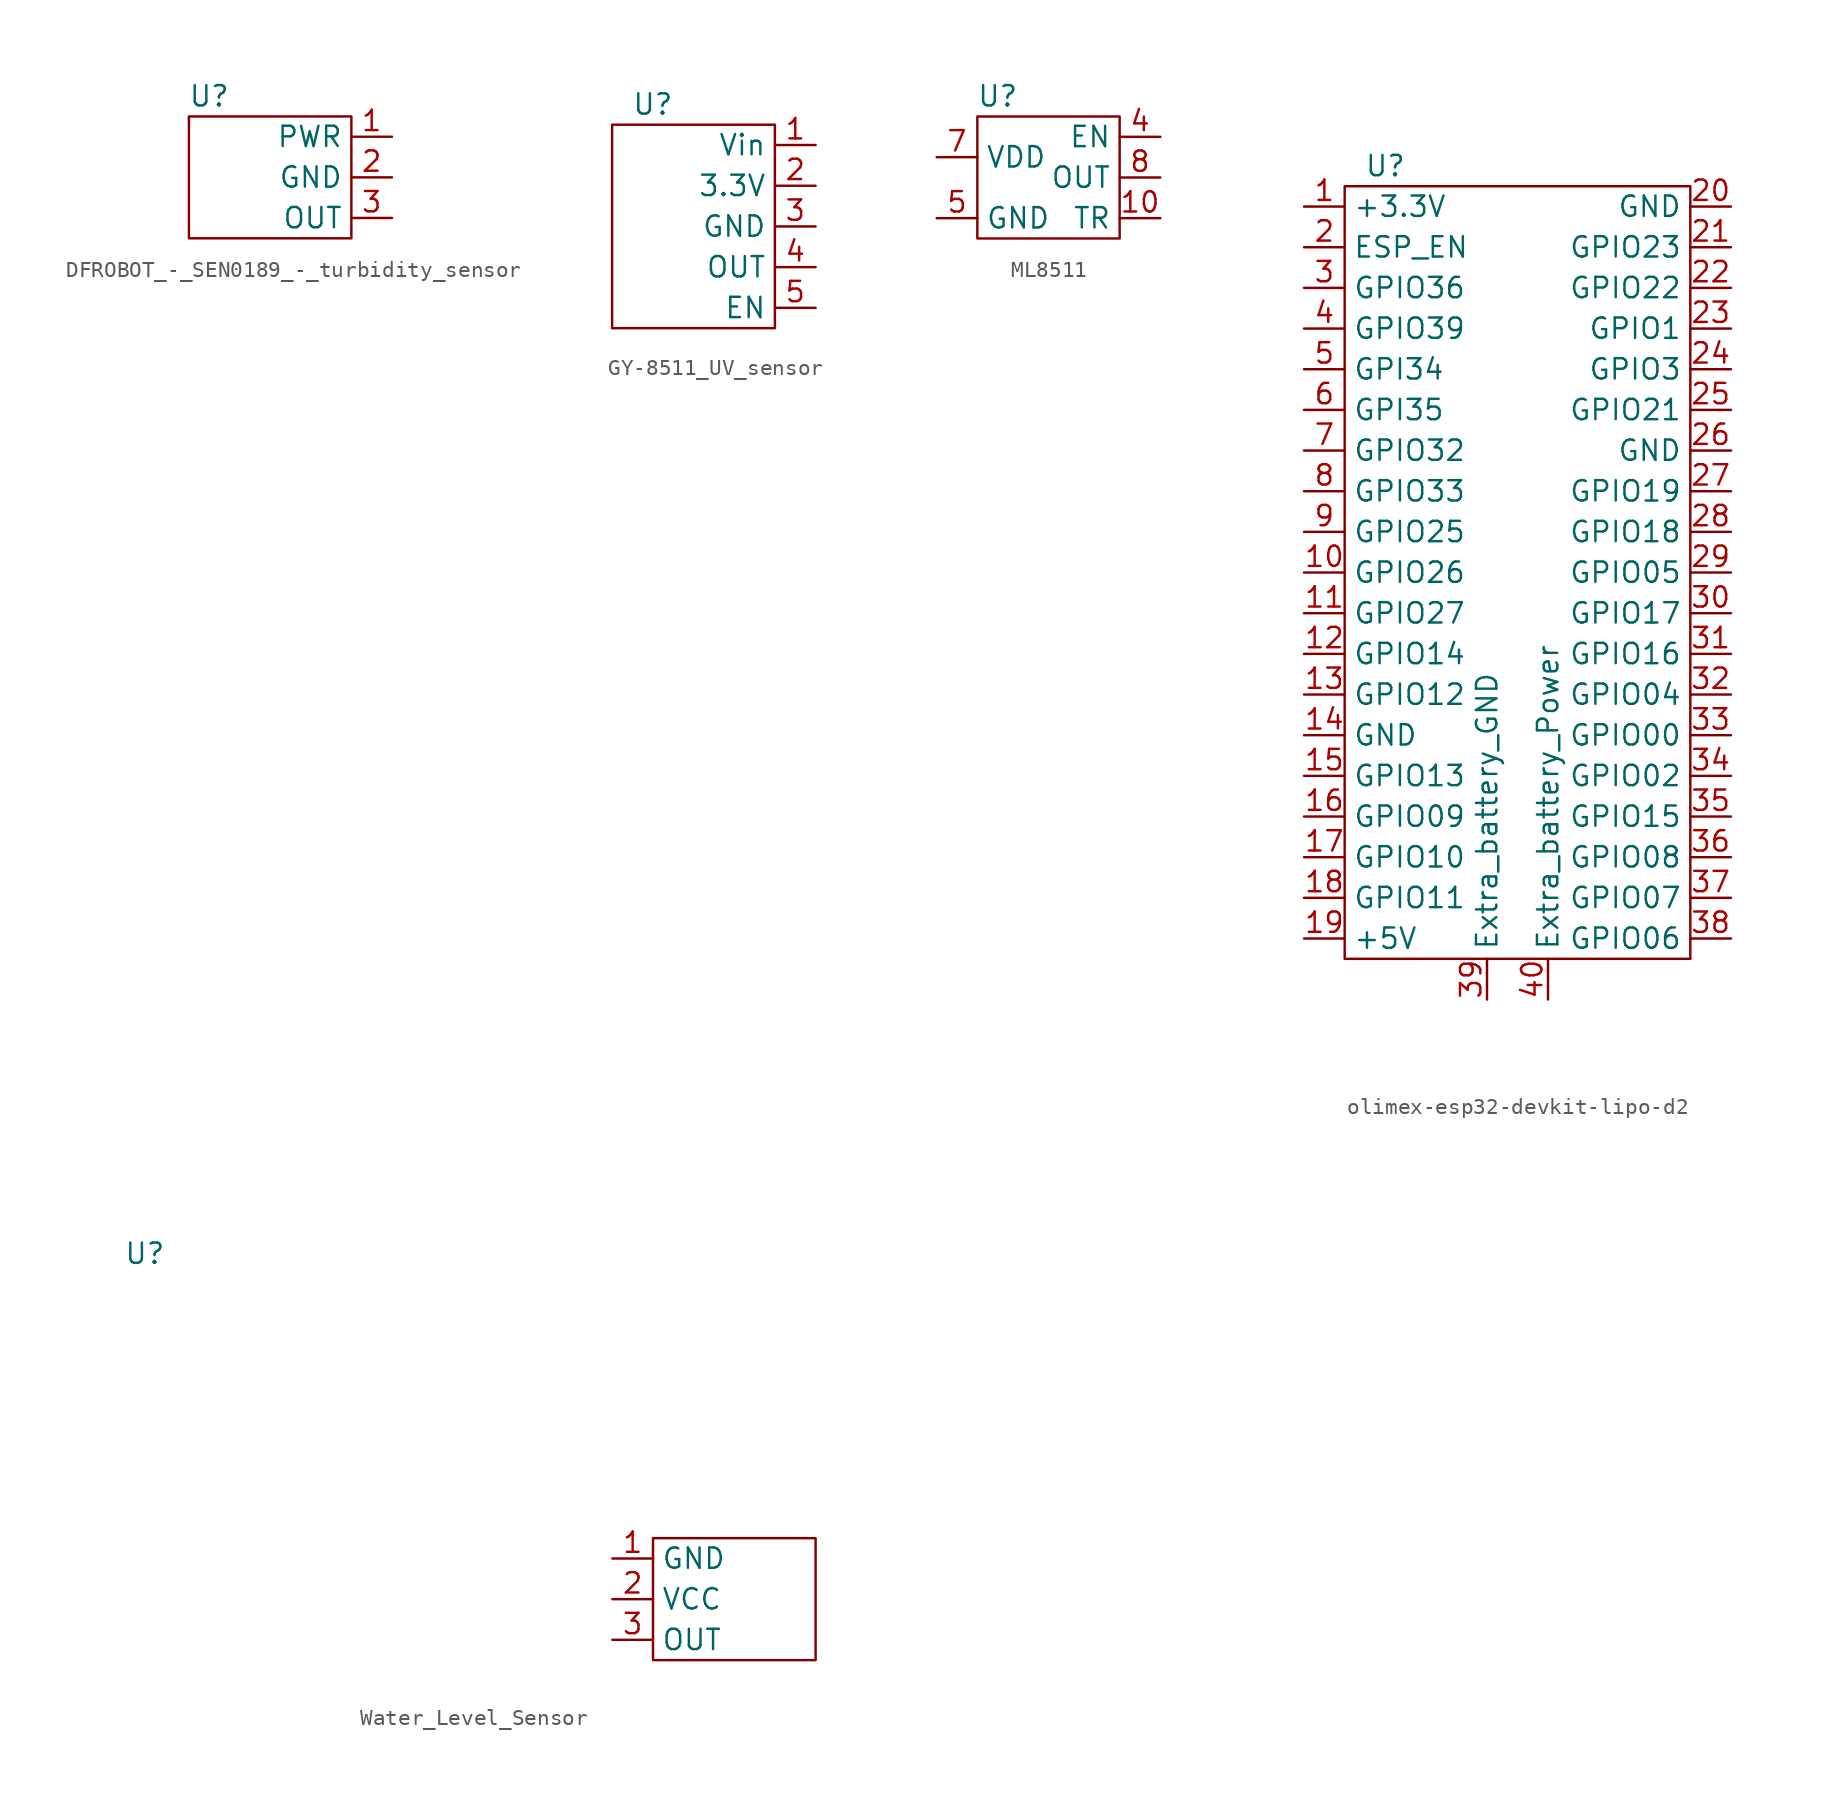
<source format=kicad_sym>
(kicad_symbol_lib
  (version 20220914)
  (generator kicad_symbol_editor)
  (symbol "DFROBOT_-_SEN0189_-_turbidity_sensor"
    (property "Reference" "U"
      (at -3.81 2.54 0)
      (effects (font (size 1.27 1.27))))
    (property "Value" ""
      (at 0 0 0)
      (effects (font (size 1.27 1.27))))
    (symbol "DFROBOT_-_SEN0189_-_turbidity_sensor_0_1"
      (rectangle (start -5.08 1.27) (end 5.08 -6.35) (stroke (width 0) (type default)) (fill (type none))))
    (symbol "DFROBOT_-_SEN0189_-_turbidity_sensor_1_1"
      (pin power_in line (at 7.62 0 180) (length 2.54) (name "PWR" (effects (font (size 1.27 1.27)))) (number "1" (effects (font (size 1.27 1.27)))))
      (pin power_in line (at 7.62 -2.54 180) (length 2.54) (name "GND" (effects (font (size 1.27 1.27)))) (number "2" (effects (font (size 1.27 1.27)))))
      (pin output line (at 7.62 -5.08 180) (length 2.54) (name "OUT" (effects (font (size 1.27 1.27)))) (number "3" (effects (font (size 1.27 1.27)))))))
  (symbol "GY-8511_UV_sensor"
    (property "Reference" "U"
      (at 2.54 5.08 0)
      (effects (font (size 1.27 1.27))))
    (property "Value" ""
      (at 0 0 0)
      (effects (font (size 1.27 1.27))))
    (symbol "GY-8511_UV_sensor_0_1"
      (rectangle (start 0 3.81) (end 10.16 -8.89) (stroke (width 0) (type default)) (fill (type none))))
    (symbol "GY-8511_UV_sensor_1_1"
      (pin power_in line (at 12.7 2.54 180) (length 2.54) (name "Vin" (effects (font (size 1.27 1.27)))) (number "1" (effects (font (size 1.27 1.27)))))
      (pin power_in line (at 12.7 0 180) (length 2.54) (name "3.3V" (effects (font (size 1.27 1.27)))) (number "2" (effects (font (size 1.27 1.27)))))
      (pin power_in line (at 12.7 -2.54 180) (length 2.54) (name "GND" (effects (font (size 1.27 1.27)))) (number "3" (effects (font (size 1.27 1.27)))))
      (pin output line (at 12.7 -5.08 180) (length 2.54) (name "OUT" (effects (font (size 1.27 1.27)))) (number "4" (effects (font (size 1.27 1.27)))))
      (pin passive line (at 12.7 -7.62 180) (length 2.54) (name "EN" (effects (font (size 1.27 1.27)))) (number "5" (effects (font (size 1.27 1.27)))))))
  (symbol "ML8511"
    (property "Reference" "U"
      (at -1.27 2.54 0)
      (effects (font (size 1.27 1.27))))
    (property "Value" ""
      (at 0 0 0)
      (effects (font (size 1.27 1.27))))
    (symbol "ML8511_0_1"
      (rectangle (start -2.54 1.27) (end 6.35 -6.35) (stroke (width 0) (type default)) (fill (type none))))
    (symbol "ML8511_1_1"
      (pin bidirectional line (at 8.89 -5.08 180) (length 2.54) (name "TR" (effects (font (size 1.27 1.27)))) (number "10" (effects (font (size 1.27 1.27)))))
      (pin bidirectional line (at 8.89 0 180) (length 2.54) (name "EN" (effects (font (size 1.27 1.27)))) (number "4" (effects (font (size 1.27 1.27)))))
      (pin power_in line (at -5.08 -5.08 0) (length 2.54) (name "GND" (effects (font (size 1.27 1.27)))) (number "5" (effects (font (size 1.27 1.27)))))
      (pin power_in line (at -5.08 -1.27 0) (length 2.54) (name "VDD" (effects (font (size 1.27 1.27)))) (number "7" (effects (font (size 1.27 1.27)))))
      (pin output line (at 8.89 -2.54 180) (length 2.54) (name "OUT" (effects (font (size 1.27 1.27)))) (number "8" (effects (font (size 1.27 1.27)))))))
  (symbol "olimex-esp32-devkit-lipo-d2"
    (property "Reference" "U"
      (at 0 6.35 0)
      (effects (font (size 1.27 1.27))))
    (property "Value" ""
      (at 0 0 0)
      (effects (font (size 1.27 1.27))))
    (symbol "olimex-esp32-devkit-lipo-d2_0_1"
      (rectangle (start -2.54 5.08) (end 19.05 -43.18) (stroke (width 0) (type default)) (fill (type none))))
    (symbol "olimex-esp32-devkit-lipo-d2_1_1"
      (pin power_out line (at -5.08 3.81 0) (length 2.54) (name "+3.3V" (effects (font (size 1.27 1.27)))) (number "1" (effects (font (size 1.27 1.27)))))
      (pin bidirectional line (at -5.08 -19.05 0) (length 2.54) (name "GPIO26" (effects (font (size 1.27 1.27)))) (number "10" (effects (font (size 1.27 1.27)))))
      (pin bidirectional line (at -5.08 -21.59 0) (length 2.54) (name "GPIO27" (effects (font (size 1.27 1.27)))) (number "11" (effects (font (size 1.27 1.27)))))
      (pin bidirectional line (at -5.08 -24.13 0) (length 2.54) (name "GPIO14" (effects (font (size 1.27 1.27)))) (number "12" (effects (font (size 1.27 1.27)))))
      (pin bidirectional line (at -5.08 -26.67 0) (length 2.54) (name "GPIO12" (effects (font (size 1.27 1.27)))) (number "13" (effects (font (size 1.27 1.27)))))
      (pin power_out line (at -5.08 -29.21 0) (length 2.54) (name "GND" (effects (font (size 1.27 1.27)))) (number "14" (effects (font (size 1.27 1.27)))))
      (pin bidirectional line (at -5.08 -31.75 0) (length 2.54) (name "GPIO13" (effects (font (size 1.27 1.27)))) (number "15" (effects (font (size 1.27 1.27)))))
      (pin bidirectional line (at -5.08 -34.29 0) (length 2.54) (name "GPIO09" (effects (font (size 1.27 1.27)))) (number "16" (effects (font (size 1.27 1.27)))))
      (pin bidirectional line (at -5.08 -36.83 0) (length 2.54) (name "GPIO10" (effects (font (size 1.27 1.27)))) (number "17" (effects (font (size 1.27 1.27)))))
      (pin bidirectional line (at -5.08 -39.37 0) (length 2.54) (name "GPIO11" (effects (font (size 1.27 1.27)))) (number "18" (effects (font (size 1.27 1.27)))))
      (pin power_out line (at -5.08 -41.91 0) (length 2.54) (name "+5V" (effects (font (size 1.27 1.27)))) (number "19" (effects (font (size 1.27 1.27)))))
      (pin passive line (at -5.08 1.27 0) (length 2.54) (name "ESP_EN" (effects (font (size 1.27 1.27)))) (number "2" (effects (font (size 1.27 1.27)))))
      (pin power_out line (at 21.59 3.81 180) (length 2.54) (name "GND" (effects (font (size 1.27 1.27)))) (number "20" (effects (font (size 1.27 1.27)))))
      (pin bidirectional line (at 21.59 1.27 180) (length 2.54) (name "GPIO23" (effects (font (size 1.27 1.27)))) (number "21" (effects (font (size 1.27 1.27)))))
      (pin bidirectional line (at 21.59 -1.27 180) (length 2.54) (name "GPIO22" (effects (font (size 1.27 1.27)))) (number "22" (effects (font (size 1.27 1.27)))))
      (pin bidirectional line (at 21.59 -3.81 180) (length 2.54) (name "GPIO1" (effects (font (size 1.27 1.27)))) (number "23" (effects (font (size 1.27 1.27)))))
      (pin bidirectional line (at 21.59 -6.35 180) (length 2.54) (name "GPIO3" (effects (font (size 1.27 1.27)))) (number "24" (effects (font (size 1.27 1.27)))))
      (pin bidirectional line (at 21.59 -8.89 180) (length 2.54) (name "GPIO21" (effects (font (size 1.27 1.27)))) (number "25" (effects (font (size 1.27 1.27)))))
      (pin power_out line (at 21.59 -11.43 180) (length 2.54) (name "GND" (effects (font (size 1.27 1.27)))) (number "26" (effects (font (size 1.27 1.27)))))
      (pin bidirectional line (at 21.59 -13.97 180) (length 2.54) (name "GPIO19" (effects (font (size 1.27 1.27)))) (number "27" (effects (font (size 1.27 1.27)))))
      (pin bidirectional line (at 21.59 -16.51 180) (length 2.54) (name "GPIO18" (effects (font (size 1.27 1.27)))) (number "28" (effects (font (size 1.27 1.27)))))
      (pin bidirectional line (at 21.59 -19.05 180) (length 2.54) (name "GPIO05" (effects (font (size 1.27 1.27)))) (number "29" (effects (font (size 1.27 1.27)))))
      (pin bidirectional line (at -5.08 -1.27 0) (length 2.54) (name "GPIO36" (effects (font (size 1.27 1.27)))) (number "3" (effects (font (size 1.27 1.27)))))
      (pin bidirectional line (at 21.59 -21.59 180) (length 2.54) (name "GPIO17" (effects (font (size 1.27 1.27)))) (number "30" (effects (font (size 1.27 1.27)))))
      (pin bidirectional line (at 21.59 -24.13 180) (length 2.54) (name "GPIO16" (effects (font (size 1.27 1.27)))) (number "31" (effects (font (size 1.27 1.27)))))
      (pin bidirectional line (at 21.59 -26.67 180) (length 2.54) (name "GPIO04" (effects (font (size 1.27 1.27)))) (number "32" (effects (font (size 1.27 1.27)))))
      (pin bidirectional line (at 21.59 -29.21 180) (length 2.54) (name "GPIO00" (effects (font (size 1.27 1.27)))) (number "33" (effects (font (size 1.27 1.27)))))
      (pin bidirectional line (at 21.59 -31.75 180) (length 2.54) (name "GPIO02" (effects (font (size 1.27 1.27)))) (number "34" (effects (font (size 1.27 1.27)))))
      (pin bidirectional line (at 21.59 -34.29 180) (length 2.54) (name "GPIO15" (effects (font (size 1.27 1.27)))) (number "35" (effects (font (size 1.27 1.27)))))
      (pin bidirectional line (at 21.59 -36.83 180) (length 2.54) (name "GPIO08" (effects (font (size 1.27 1.27)))) (number "36" (effects (font (size 1.27 1.27)))))
      (pin bidirectional line (at 21.59 -39.37 180) (length 2.54) (name "GPIO07" (effects (font (size 1.27 1.27)))) (number "37" (effects (font (size 1.27 1.27)))))
      (pin bidirectional line (at 21.59 -41.91 180) (length 2.54) (name "GPIO06" (effects (font (size 1.27 1.27)))) (number "38" (effects (font (size 1.27 1.27)))))
      (pin power_in line (at 6.35 -45.72 90) (length 2.54) (name "Extra_battery_GND" (effects (font (size 1.27 1.27)))) (number "39" (effects (font (size 1.27 1.27)))))
      (pin bidirectional line (at -5.08 -3.81 0) (length 2.54) (name "GPIO39" (effects (font (size 1.27 1.27)))) (number "4" (effects (font (size 1.27 1.27)))))
      (pin power_in line (at 10.16 -45.72 90) (length 2.54) (name "Extra_battery_Power" (effects (font (size 1.27 1.27)))) (number "40" (effects (font (size 1.27 1.27)))))
      (pin bidirectional line (at -5.08 -6.35 0) (length 2.54) (name "GPI34" (effects (font (size 1.27 1.27)))) (number "5" (effects (font (size 1.27 1.27)))))
      (pin bidirectional line (at -5.08 -8.89 0) (length 2.54) (name "GPI35" (effects (font (size 1.27 1.27)))) (number "6" (effects (font (size 1.27 1.27)))))
      (pin bidirectional line (at -5.08 -11.43 0) (length 2.54) (name "GPIO32" (effects (font (size 1.27 1.27)))) (number "7" (effects (font (size 1.27 1.27)))))
      (pin bidirectional line (at -5.08 -13.97 0) (length 2.54) (name "GPIO33" (effects (font (size 1.27 1.27)))) (number "8" (effects (font (size 1.27 1.27)))))
      (pin bidirectional line (at -5.08 -16.51 0) (length 2.54) (name "GPIO25" (effects (font (size 1.27 1.27)))) (number "9" (effects (font (size 1.27 1.27)))))))
  (symbol "Water_Level_Sensor"
    (property "Reference" "U"
      (at -36.83 20.32 0)
      (effects (font (size 1.27 1.27))))
    (property "Value" ""
      (at 0 0 0)
      (effects (font (size 1.27 1.27))))
    (symbol "Water_Level_Sensor_0_1"
      (rectangle (start -5.08 2.54) (end 5.08 -5.08) (stroke (width 0) (type default)) (fill (type none))))
    (symbol "Water_Level_Sensor_1_1"
      (pin power_in line (at -7.62 1.27 0) (length 2.54) (name "GND" (effects (font (size 1.27 1.27)))) (number "1" (effects (font (size 1.27 1.27)))))
      (pin power_in line (at -7.62 -1.27 0) (length 2.54) (name "VCC" (effects (font (size 1.27 1.27)))) (number "2" (effects (font (size 1.27 1.27)))))
      (pin output line (at -7.62 -3.81 0) (length 2.54) (name "OUT" (effects (font (size 1.27 1.27)))) (number "3" (effects (font (size 1.27 1.27))))))))
</source>
